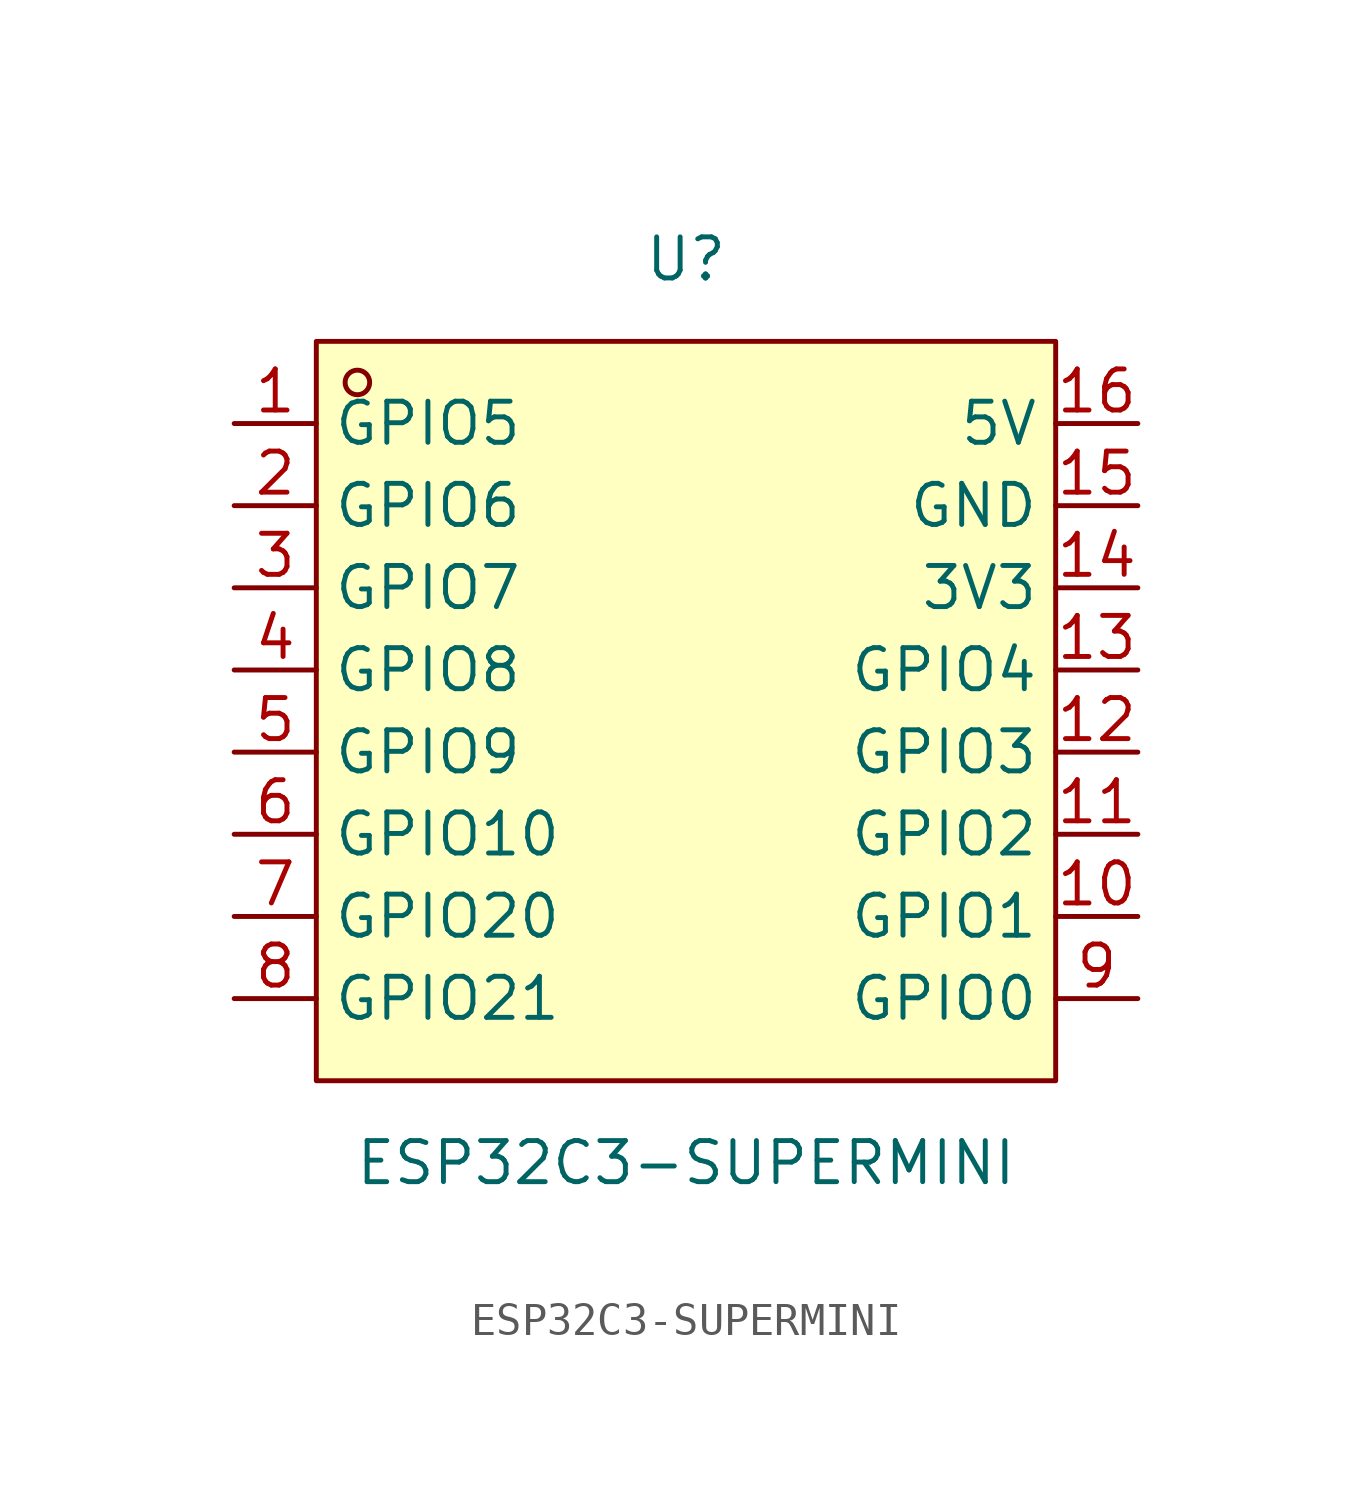
<source format=kicad_sym>
(kicad_symbol_lib
  (version 20211014)
  (generator https://github.com/uPesy/easyeda2kicad.py)
  (symbol "ESP32C3-SUPERMINI"
    (property "Reference" "U"
      (at 0 13.97 0)
      (effects (font (size 1.27 1.27))))
    (property "Value" "ESP32C3-SUPERMINI"
      (at 0 -13.97 0)
      (effects (font (size 1.27 1.27))))
    (symbol "ESP32C3-SUPERMINI_0_1"
      (rectangle (start -11.43 11.43) (end 11.43 -11.43) (stroke (width 0) (type default) (color 0 0 0 0)) (fill (type background)))
      (circle (center -10.16 10.16) (radius 0.38) (stroke (width 0) (type default) (color 0 0 0 0)) (fill (type none)))
      (pin unspecified line (at -13.97 8.89 0) (length 2.54) (name "GPIO5" (effects (font (size 1.27 1.27)))) (number "1" (effects (font (size 1.27 1.27)))))
      (pin unspecified line (at -13.97 6.35 0) (length 2.54) (name "GPIO6" (effects (font (size 1.27 1.27)))) (number "2" (effects (font (size 1.27 1.27)))))
      (pin unspecified line (at -13.97 3.81 0) (length 2.54) (name "GPIO7" (effects (font (size 1.27 1.27)))) (number "3" (effects (font (size 1.27 1.27)))))
      (pin unspecified line (at -13.97 1.27 0) (length 2.54) (name "GPIO8" (effects (font (size 1.27 1.27)))) (number "4" (effects (font (size 1.27 1.27)))))
      (pin unspecified line (at -13.97 -1.27 0) (length 2.54) (name "GPIO9" (effects (font (size 1.27 1.27)))) (number "5" (effects (font (size 1.27 1.27)))))
      (pin unspecified line (at -13.97 -3.81 0) (length 2.54) (name "GPIO10" (effects (font (size 1.27 1.27)))) (number "6" (effects (font (size 1.27 1.27)))))
      (pin unspecified line (at -13.97 -6.35 0) (length 2.54) (name "GPIO20" (effects (font (size 1.27 1.27)))) (number "7" (effects (font (size 1.27 1.27)))))
      (pin unspecified line (at -13.97 -8.89 0) (length 2.54) (name "GPIO21" (effects (font (size 1.27 1.27)))) (number "8" (effects (font (size 1.27 1.27)))))
      (pin unspecified line (at 13.97 -8.89 180) (length 2.54) (name "GPIO0" (effects (font (size 1.27 1.27)))) (number "9" (effects (font (size 1.27 1.27)))))
      (pin unspecified line (at 13.97 -6.35 180) (length 2.54) (name "GPIO1" (effects (font (size 1.27 1.27)))) (number "10" (effects (font (size 1.27 1.27)))))
      (pin unspecified line (at 13.97 -3.81 180) (length 2.54) (name "GPIO2" (effects (font (size 1.27 1.27)))) (number "11" (effects (font (size 1.27 1.27)))))
      (pin unspecified line (at 13.97 -1.27 180) (length 2.54) (name "GPIO3" (effects (font (size 1.27 1.27)))) (number "12" (effects (font (size 1.27 1.27)))))
      (pin unspecified line (at 13.97 1.27 180) (length 2.54) (name "GPIO4" (effects (font (size 1.27 1.27)))) (number "13" (effects (font (size 1.27 1.27)))))
      (pin unspecified line (at 13.97 3.81 180) (length 2.54) (name "3V3" (effects (font (size 1.27 1.27)))) (number "14" (effects (font (size 1.27 1.27)))))
      (pin unspecified line (at 13.97 6.35 180) (length 2.54) (name "GND" (effects (font (size 1.27 1.27)))) (number "15" (effects (font (size 1.27 1.27)))))
      (pin unspecified line (at 13.97 8.89 180) (length 2.54) (name "5V" (effects (font (size 1.27 1.27)))) (number "16" (effects (font (size 1.27 1.27))))))))
</source>
